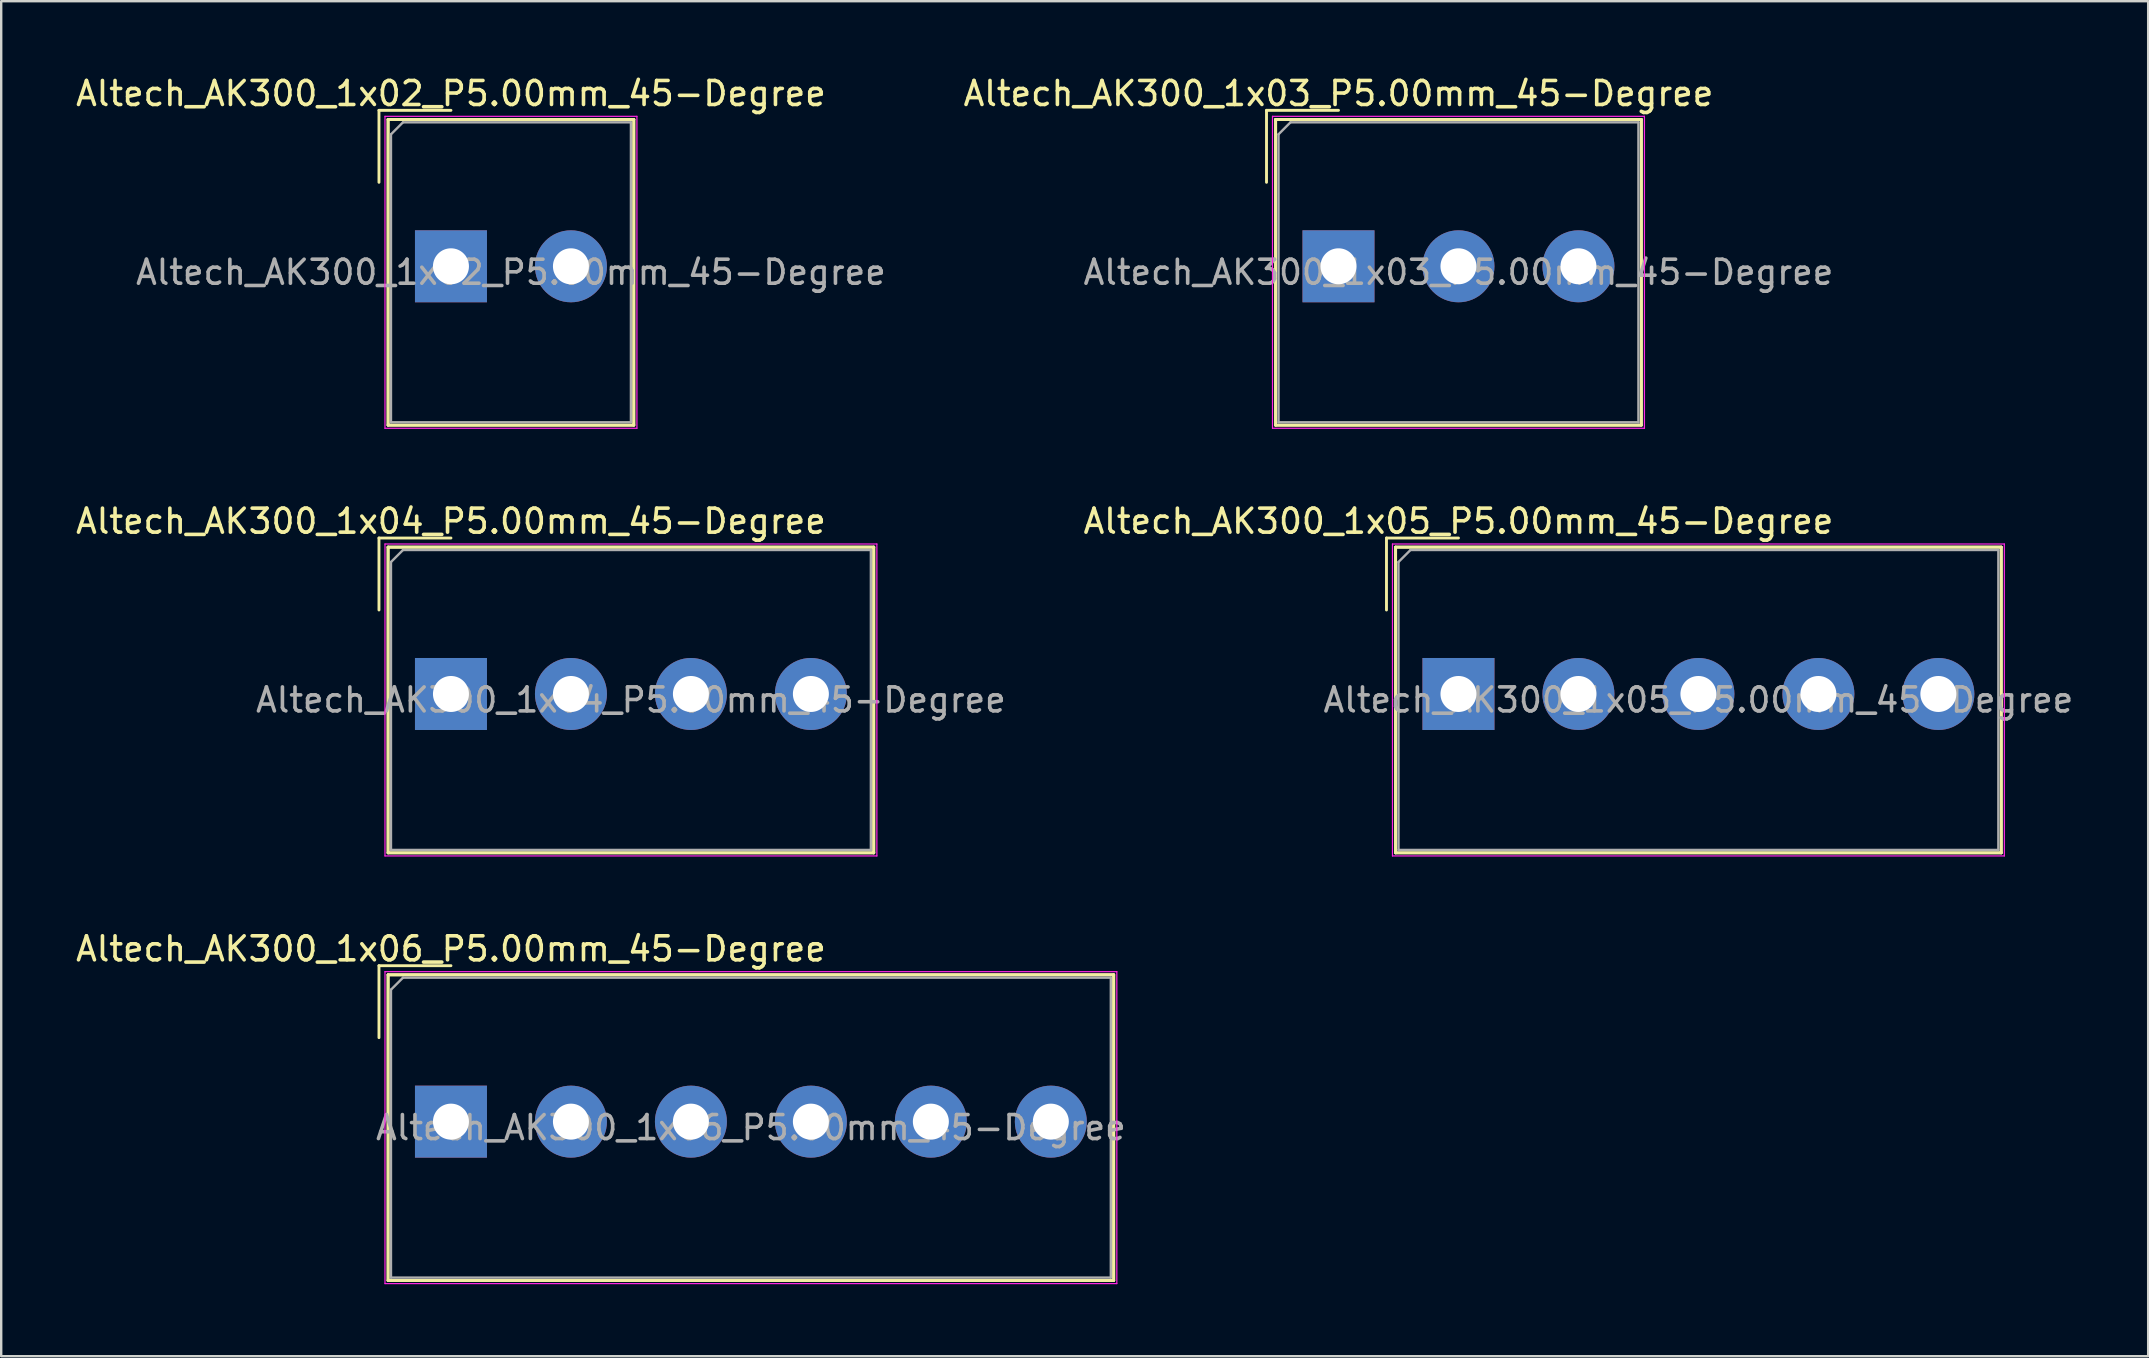
<source format=kicad_pcb>
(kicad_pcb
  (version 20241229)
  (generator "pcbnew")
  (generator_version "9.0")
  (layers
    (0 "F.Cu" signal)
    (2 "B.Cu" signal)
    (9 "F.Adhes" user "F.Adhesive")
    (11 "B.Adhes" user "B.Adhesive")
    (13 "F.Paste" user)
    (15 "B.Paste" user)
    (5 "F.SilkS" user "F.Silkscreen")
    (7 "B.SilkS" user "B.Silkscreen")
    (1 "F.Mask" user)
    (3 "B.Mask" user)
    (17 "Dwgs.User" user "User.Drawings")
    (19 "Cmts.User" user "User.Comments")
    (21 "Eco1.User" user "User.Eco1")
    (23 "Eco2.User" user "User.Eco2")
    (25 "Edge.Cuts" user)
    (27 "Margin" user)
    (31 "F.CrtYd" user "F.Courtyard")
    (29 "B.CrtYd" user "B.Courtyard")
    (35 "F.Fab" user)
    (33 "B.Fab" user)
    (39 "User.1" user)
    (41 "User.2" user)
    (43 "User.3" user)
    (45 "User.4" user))
  (footprint "Altech_AK300_1x06_P5.00mm_45-Degree"
    (layer "F.Cu")
    (at 15.744 43.695)
    (property "Reference" "Altech_AK300_1x06_P5.00mm_45-Degree" (at 0 -7.2 0) (layer "F.SilkS") (effects (font (size 1 1) (thickness 0.15))))
    (attr through_hole)
    (fp_line (start -3 -6.5) (end 0 -6.5) (stroke (width 0.12) (type solid)) (layer "F.SilkS"))
    (fp_line (start -3 -3.5) (end -3 -6.5) (stroke (width 0.12) (type solid)) (layer "F.SilkS"))
    (fp_line (start -2.62 -6.12) (end -2.62 6.62) (stroke (width 0.12) (type solid)) (layer "F.SilkS"))
    (fp_line (start -2.62 -6.12) (end -2.62 6.62) (stroke (width 0.12) (type solid)) (layer "F.SilkS"))
    (fp_line (start -2.62 -6.12) (end 27.62 -6.12) (stroke (width 0.12) (type solid)) (layer "F.SilkS"))
    (fp_line (start -2.62 -6.12) (end 27.62 -6.12) (stroke (width 0.12) (type solid)) (layer "F.SilkS"))
    (fp_line (start -2.62 6.62) (end 27.62 6.62) (stroke (width 0.12) (type solid)) (layer "F.SilkS"))
    (fp_line (start -2.62 6.62) (end 27.62 6.62) (stroke (width 0.12) (type solid)) (layer "F.SilkS"))
    (fp_line (start 27.62 -6.12) (end 27.62 6.62) (stroke (width 0.12) (type solid)) (layer "F.SilkS"))
    (fp_line (start 27.62 -6.12) (end 27.62 6.62) (stroke (width 0.12) (type solid)) (layer "F.SilkS"))
    (fp_line (start -2.75 -6.25) (end -2.75 6.75) (stroke (width 0.05) (type solid)) (layer "F.CrtYd"))
    (fp_line (start -2.75 -6.25) (end 27.75 -6.25) (stroke (width 0.05) (type solid)) (layer "F.CrtYd"))
    (fp_line (start -2.75 6.75) (end 27.75 6.75) (stroke (width 0.05) (type solid)) (layer "F.CrtYd"))
    (fp_line (start 27.75 -6.25) (end 27.75 6.75) (stroke (width 0.05) (type solid)) (layer "F.CrtYd"))
    (fp_line (start -2.5 -5.5) (end -2 -6) (stroke (width 0.1) (type solid)) (layer "F.Fab"))
    (fp_line (start -2.5 6.5) (end -2.5 -5.5) (stroke (width 0.1) (type solid)) (layer "F.Fab"))
    (fp_line (start -2 -6) (end 27.5 -6) (stroke (width 0.1) (type solid)) (layer "F.Fab"))
    (fp_line (start 27.5 -6) (end 27.5 6.5) (stroke (width 0.1) (type solid)) (layer "F.Fab"))
    (fp_line (start 27.5 6.5) (end -2.5 6.5) (stroke (width 0.1) (type solid)) (layer "F.Fab"))
    (fp_text user "${REFERENCE}" (at 12.5 0.25 0) (layer "F.Fab") (effects (font (size 1 1) (thickness 0.15))))
    (pad "1" thru_hole rect (at 0 0) (size 3 3) (drill 1.5) (layers "*.Cu" "*.Mask"))
    (pad "2" thru_hole circle (at 5 0) (size 3 3) (drill 1.5) (layers "*.Cu" "*.Mask"))
    (pad "3" thru_hole circle (at 10 0) (size 3 3) (drill 1.5) (layers "*.Cu" "*.Mask"))
    (pad "4" thru_hole circle (at 15 0) (size 3 3) (drill 1.5) (layers "*.Cu" "*.Mask"))
    (pad "5" thru_hole circle (at 20 0) (size 3 3) (drill 1.5) (layers "*.Cu" "*.Mask"))
    (pad "6" thru_hole circle (at 25 0) (size 3 3) (drill 1.5) (layers "*.Cu" "*.Mask")))
  (footprint "Altech_AK300_1x02_P5.00mm_45-Degree"
    (layer "F.Cu")
    (at 15.744 8.048)
    (property "Reference" "Altech_AK300_1x02_P5.00mm_45-Degree" (at 0 -7.2 0) (layer "F.SilkS") (effects (font (size 1 1) (thickness 0.15))))
    (attr through_hole)
    (fp_line (start -3 -6.5) (end 0 -6.5) (stroke (width 0.12) (type solid)) (layer "F.SilkS"))
    (fp_line (start -3 -3.5) (end -3 -6.5) (stroke (width 0.12) (type solid)) (layer "F.SilkS"))
    (fp_line (start -2.62 -6.12) (end -2.62 6.62) (stroke (width 0.12) (type solid)) (layer "F.SilkS"))
    (fp_line (start -2.62 -6.12) (end -2.62 6.62) (stroke (width 0.12) (type solid)) (layer "F.SilkS"))
    (fp_line (start -2.62 -6.12) (end 7.62 -6.12) (stroke (width 0.12) (type solid)) (layer "F.SilkS"))
    (fp_line (start -2.62 -6.12) (end 7.62 -6.12) (stroke (width 0.12) (type solid)) (layer "F.SilkS"))
    (fp_line (start -2.62 6.62) (end 7.62 6.62) (stroke (width 0.12) (type solid)) (layer "F.SilkS"))
    (fp_line (start -2.62 6.62) (end 7.62 6.62) (stroke (width 0.12) (type solid)) (layer "F.SilkS"))
    (fp_line (start 7.62 -6.12) (end 7.62 6.62) (stroke (width 0.12) (type solid)) (layer "F.SilkS"))
    (fp_line (start 7.62 -6.12) (end 7.62 6.62) (stroke (width 0.12) (type solid)) (layer "F.SilkS"))
    (fp_line (start -2.75 -6.25) (end -2.75 6.75) (stroke (width 0.05) (type solid)) (layer "F.CrtYd"))
    (fp_line (start -2.75 -6.25) (end 7.75 -6.25) (stroke (width 0.05) (type solid)) (layer "F.CrtYd"))
    (fp_line (start -2.75 6.75) (end 7.75 6.75) (stroke (width 0.05) (type solid)) (layer "F.CrtYd"))
    (fp_line (start 7.75 -6.25) (end 7.75 6.75) (stroke (width 0.05) (type solid)) (layer "F.CrtYd"))
    (fp_line (start -2.5 -5.5) (end -2 -6) (stroke (width 0.1) (type solid)) (layer "F.Fab"))
    (fp_line (start -2.5 6.5) (end -2.5 -5.5) (stroke (width 0.1) (type solid)) (layer "F.Fab"))
    (fp_line (start -2 -6) (end 7.5 -6) (stroke (width 0.1) (type solid)) (layer "F.Fab"))
    (fp_line (start 7.5 -6) (end 7.5 6.5) (stroke (width 0.1) (type solid)) (layer "F.Fab"))
    (fp_line (start 7.5 6.5) (end -2.5 6.5) (stroke (width 0.1) (type solid)) (layer "F.Fab"))
    (fp_text user "${REFERENCE}" (at 2.5 0.25 0) (layer "F.Fab") (effects (font (size 1 1) (thickness 0.15))))
    (pad "1" thru_hole rect (at 0 0) (size 3 3) (drill 1.5) (layers "*.Cu" "*.Mask"))
    (pad "2" thru_hole circle (at 5 0) (size 3 3) (drill 1.5) (layers "*.Cu" "*.Mask")))
  (footprint "Altech_AK300_1x05_P5.00mm_45-Degree"
    (layer "F.Cu")
    (at 57.732 25.872)
    (property "Reference" "Altech_AK300_1x05_P5.00mm_45-Degree" (at 0 -7.2 0) (layer "F.SilkS") (effects (font (size 1 1) (thickness 0.15))))
    (attr through_hole)
    (fp_line (start -3 -6.5) (end 0 -6.5) (stroke (width 0.12) (type solid)) (layer "F.SilkS"))
    (fp_line (start -3 -3.5) (end -3 -6.5) (stroke (width 0.12) (type solid)) (layer "F.SilkS"))
    (fp_line (start -2.62 -6.12) (end -2.62 6.62) (stroke (width 0.12) (type solid)) (layer "F.SilkS"))
    (fp_line (start -2.62 -6.12) (end -2.62 6.62) (stroke (width 0.12) (type solid)) (layer "F.SilkS"))
    (fp_line (start -2.62 -6.12) (end 22.62 -6.12) (stroke (width 0.12) (type solid)) (layer "F.SilkS"))
    (fp_line (start -2.62 -6.12) (end 22.62 -6.12) (stroke (width 0.12) (type solid)) (layer "F.SilkS"))
    (fp_line (start -2.62 6.62) (end 22.62 6.62) (stroke (width 0.12) (type solid)) (layer "F.SilkS"))
    (fp_line (start -2.62 6.62) (end 22.62 6.62) (stroke (width 0.12) (type solid)) (layer "F.SilkS"))
    (fp_line (start 22.62 -6.12) (end 22.62 6.62) (stroke (width 0.12) (type solid)) (layer "F.SilkS"))
    (fp_line (start 22.62 -6.12) (end 22.62 6.62) (stroke (width 0.12) (type solid)) (layer "F.SilkS"))
    (fp_line (start -2.75 -6.25) (end -2.75 6.75) (stroke (width 0.05) (type solid)) (layer "F.CrtYd"))
    (fp_line (start -2.75 -6.25) (end 22.75 -6.25) (stroke (width 0.05) (type solid)) (layer "F.CrtYd"))
    (fp_line (start -2.75 6.75) (end 22.75 6.75) (stroke (width 0.05) (type solid)) (layer "F.CrtYd"))
    (fp_line (start 22.75 -6.25) (end 22.75 6.75) (stroke (width 0.05) (type solid)) (layer "F.CrtYd"))
    (fp_line (start -2.5 -5.5) (end -2 -6) (stroke (width 0.1) (type solid)) (layer "F.Fab"))
    (fp_line (start -2.5 6.5) (end -2.5 -5.5) (stroke (width 0.1) (type solid)) (layer "F.Fab"))
    (fp_line (start -2 -6) (end 22.5 -6) (stroke (width 0.1) (type solid)) (layer "F.Fab"))
    (fp_line (start 22.5 -6) (end 22.5 6.5) (stroke (width 0.1) (type solid)) (layer "F.Fab"))
    (fp_line (start 22.5 6.5) (end -2.5 6.5) (stroke (width 0.1) (type solid)) (layer "F.Fab"))
    (fp_text user "${REFERENCE}" (at 10 0.25 0) (layer "F.Fab") (effects (font (size 1 1) (thickness 0.15))))
    (pad "1" thru_hole rect (at 0 0) (size 3 3) (drill 1.5) (layers "*.Cu" "*.Mask"))
    (pad "2" thru_hole circle (at 5 0) (size 3 3) (drill 1.5) (layers "*.Cu" "*.Mask"))
    (pad "3" thru_hole circle (at 10 0) (size 3 3) (drill 1.5) (layers "*.Cu" "*.Mask"))
    (pad "4" thru_hole circle (at 15 0) (size 3 3) (drill 1.5) (layers "*.Cu" "*.Mask"))
    (pad "5" thru_hole circle (at 20 0) (size 3 3) (drill 1.5) (layers "*.Cu" "*.Mask")))
  (footprint "Altech_AK300_1x04_P5.00mm_45-Degree"
    (layer "F.Cu")
    (at 15.744 25.872)
    (property "Reference" "Altech_AK300_1x04_P5.00mm_45-Degree" (at 0 -7.2 0) (layer "F.SilkS") (effects (font (size 1 1) (thickness 0.15))))
    (attr through_hole)
    (fp_line (start -3 -6.5) (end 0 -6.5) (stroke (width 0.12) (type solid)) (layer "F.SilkS"))
    (fp_line (start -3 -3.5) (end -3 -6.5) (stroke (width 0.12) (type solid)) (layer "F.SilkS"))
    (fp_line (start -2.62 -6.12) (end -2.62 6.62) (stroke (width 0.12) (type solid)) (layer "F.SilkS"))
    (fp_line (start -2.62 -6.12) (end -2.62 6.62) (stroke (width 0.12) (type solid)) (layer "F.SilkS"))
    (fp_line (start -2.62 -6.12) (end 17.62 -6.12) (stroke (width 0.12) (type solid)) (layer "F.SilkS"))
    (fp_line (start -2.62 -6.12) (end 17.62 -6.12) (stroke (width 0.12) (type solid)) (layer "F.SilkS"))
    (fp_line (start -2.62 6.62) (end 17.62 6.62) (stroke (width 0.12) (type solid)) (layer "F.SilkS"))
    (fp_line (start -2.62 6.62) (end 17.62 6.62) (stroke (width 0.12) (type solid)) (layer "F.SilkS"))
    (fp_line (start 17.62 -6.12) (end 17.62 6.62) (stroke (width 0.12) (type solid)) (layer "F.SilkS"))
    (fp_line (start 17.62 -6.12) (end 17.62 6.62) (stroke (width 0.12) (type solid)) (layer "F.SilkS"))
    (fp_line (start -2.75 -6.25) (end -2.75 6.75) (stroke (width 0.05) (type solid)) (layer "F.CrtYd"))
    (fp_line (start -2.75 -6.25) (end 17.75 -6.25) (stroke (width 0.05) (type solid)) (layer "F.CrtYd"))
    (fp_line (start -2.75 6.75) (end 17.75 6.75) (stroke (width 0.05) (type solid)) (layer "F.CrtYd"))
    (fp_line (start 17.75 -6.25) (end 17.75 6.75) (stroke (width 0.05) (type solid)) (layer "F.CrtYd"))
    (fp_line (start -2.5 -5.5) (end -2 -6) (stroke (width 0.1) (type solid)) (layer "F.Fab"))
    (fp_line (start -2.5 6.5) (end -2.5 -5.5) (stroke (width 0.1) (type solid)) (layer "F.Fab"))
    (fp_line (start -2 -6) (end 17.5 -6) (stroke (width 0.1) (type solid)) (layer "F.Fab"))
    (fp_line (start 17.5 -6) (end 17.5 6.5) (stroke (width 0.1) (type solid)) (layer "F.Fab"))
    (fp_line (start 17.5 6.5) (end -2.5 6.5) (stroke (width 0.1) (type solid)) (layer "F.Fab"))
    (fp_text user "${REFERENCE}" (at 7.5 0.25 0) (layer "F.Fab") (effects (font (size 1 1) (thickness 0.15))))
    (pad "1" thru_hole rect (at 0 0) (size 3 3) (drill 1.5) (layers "*.Cu" "*.Mask"))
    (pad "2" thru_hole circle (at 5 0) (size 3 3) (drill 1.5) (layers "*.Cu" "*.Mask"))
    (pad "3" thru_hole circle (at 10 0) (size 3 3) (drill 1.5) (layers "*.Cu" "*.Mask"))
    (pad "4" thru_hole circle (at 15 0) (size 3 3) (drill 1.5) (layers "*.Cu" "*.Mask")))
  (footprint "Altech_AK300_1x03_P5.00mm_45-Degree"
    (layer "F.Cu")
    (at 52.732 8.048)
    (property "Reference" "Altech_AK300_1x03_P5.00mm_45-Degree" (at 0 -7.2 0) (layer "F.SilkS") (effects (font (size 1 1) (thickness 0.15))))
    (attr through_hole)
    (fp_line (start -3 -6.5) (end 0 -6.5) (stroke (width 0.12) (type solid)) (layer "F.SilkS"))
    (fp_line (start -3 -3.5) (end -3 -6.5) (stroke (width 0.12) (type solid)) (layer "F.SilkS"))
    (fp_line (start -2.62 -6.12) (end -2.62 6.62) (stroke (width 0.12) (type solid)) (layer "F.SilkS"))
    (fp_line (start -2.62 -6.12) (end -2.62 6.62) (stroke (width 0.12) (type solid)) (layer "F.SilkS"))
    (fp_line (start -2.62 -6.12) (end 12.62 -6.12) (stroke (width 0.12) (type solid)) (layer "F.SilkS"))
    (fp_line (start -2.62 -6.12) (end 12.62 -6.12) (stroke (width 0.12) (type solid)) (layer "F.SilkS"))
    (fp_line (start -2.62 6.62) (end 12.62 6.62) (stroke (width 0.12) (type solid)) (layer "F.SilkS"))
    (fp_line (start -2.62 6.62) (end 12.62 6.62) (stroke (width 0.12) (type solid)) (layer "F.SilkS"))
    (fp_line (start 12.62 -6.12) (end 12.62 6.62) (stroke (width 0.12) (type solid)) (layer "F.SilkS"))
    (fp_line (start 12.62 -6.12) (end 12.62 6.62) (stroke (width 0.12) (type solid)) (layer "F.SilkS"))
    (fp_line (start -2.75 -6.25) (end -2.75 6.75) (stroke (width 0.05) (type solid)) (layer "F.CrtYd"))
    (fp_line (start -2.75 -6.25) (end 12.75 -6.25) (stroke (width 0.05) (type solid)) (layer "F.CrtYd"))
    (fp_line (start -2.75 6.75) (end 12.75 6.75) (stroke (width 0.05) (type solid)) (layer "F.CrtYd"))
    (fp_line (start 12.75 -6.25) (end 12.75 6.75) (stroke (width 0.05) (type solid)) (layer "F.CrtYd"))
    (fp_line (start -2.5 -5.5) (end -2 -6) (stroke (width 0.1) (type solid)) (layer "F.Fab"))
    (fp_line (start -2.5 6.5) (end -2.5 -5.5) (stroke (width 0.1) (type solid)) (layer "F.Fab"))
    (fp_line (start -2 -6) (end 12.5 -6) (stroke (width 0.1) (type solid)) (layer "F.Fab"))
    (fp_line (start 12.5 -6) (end 12.5 6.5) (stroke (width 0.1) (type solid)) (layer "F.Fab"))
    (fp_line (start 12.5 6.5) (end -2.5 6.5) (stroke (width 0.1) (type solid)) (layer "F.Fab"))
    (fp_text user "${REFERENCE}" (at 5 0.25 0) (layer "F.Fab") (effects (font (size 1 1) (thickness 0.15))))
    (pad "1" thru_hole rect (at 0 0) (size 3 3) (drill 1.5) (layers "*.Cu" "*.Mask"))
    (pad "2" thru_hole circle (at 5 0) (size 3 3) (drill 1.5) (layers "*.Cu" "*.Mask"))
    (pad "3" thru_hole circle (at 10 0) (size 3 3) (drill 1.5) (layers "*.Cu" "*.Mask")))
  (gr_rect
    (start -3 -3)
    (end 86.476 53.47)
    (stroke (width 0.1) (type default))
    (fill no)
    (layer "Edge.Cuts")))
</source>
